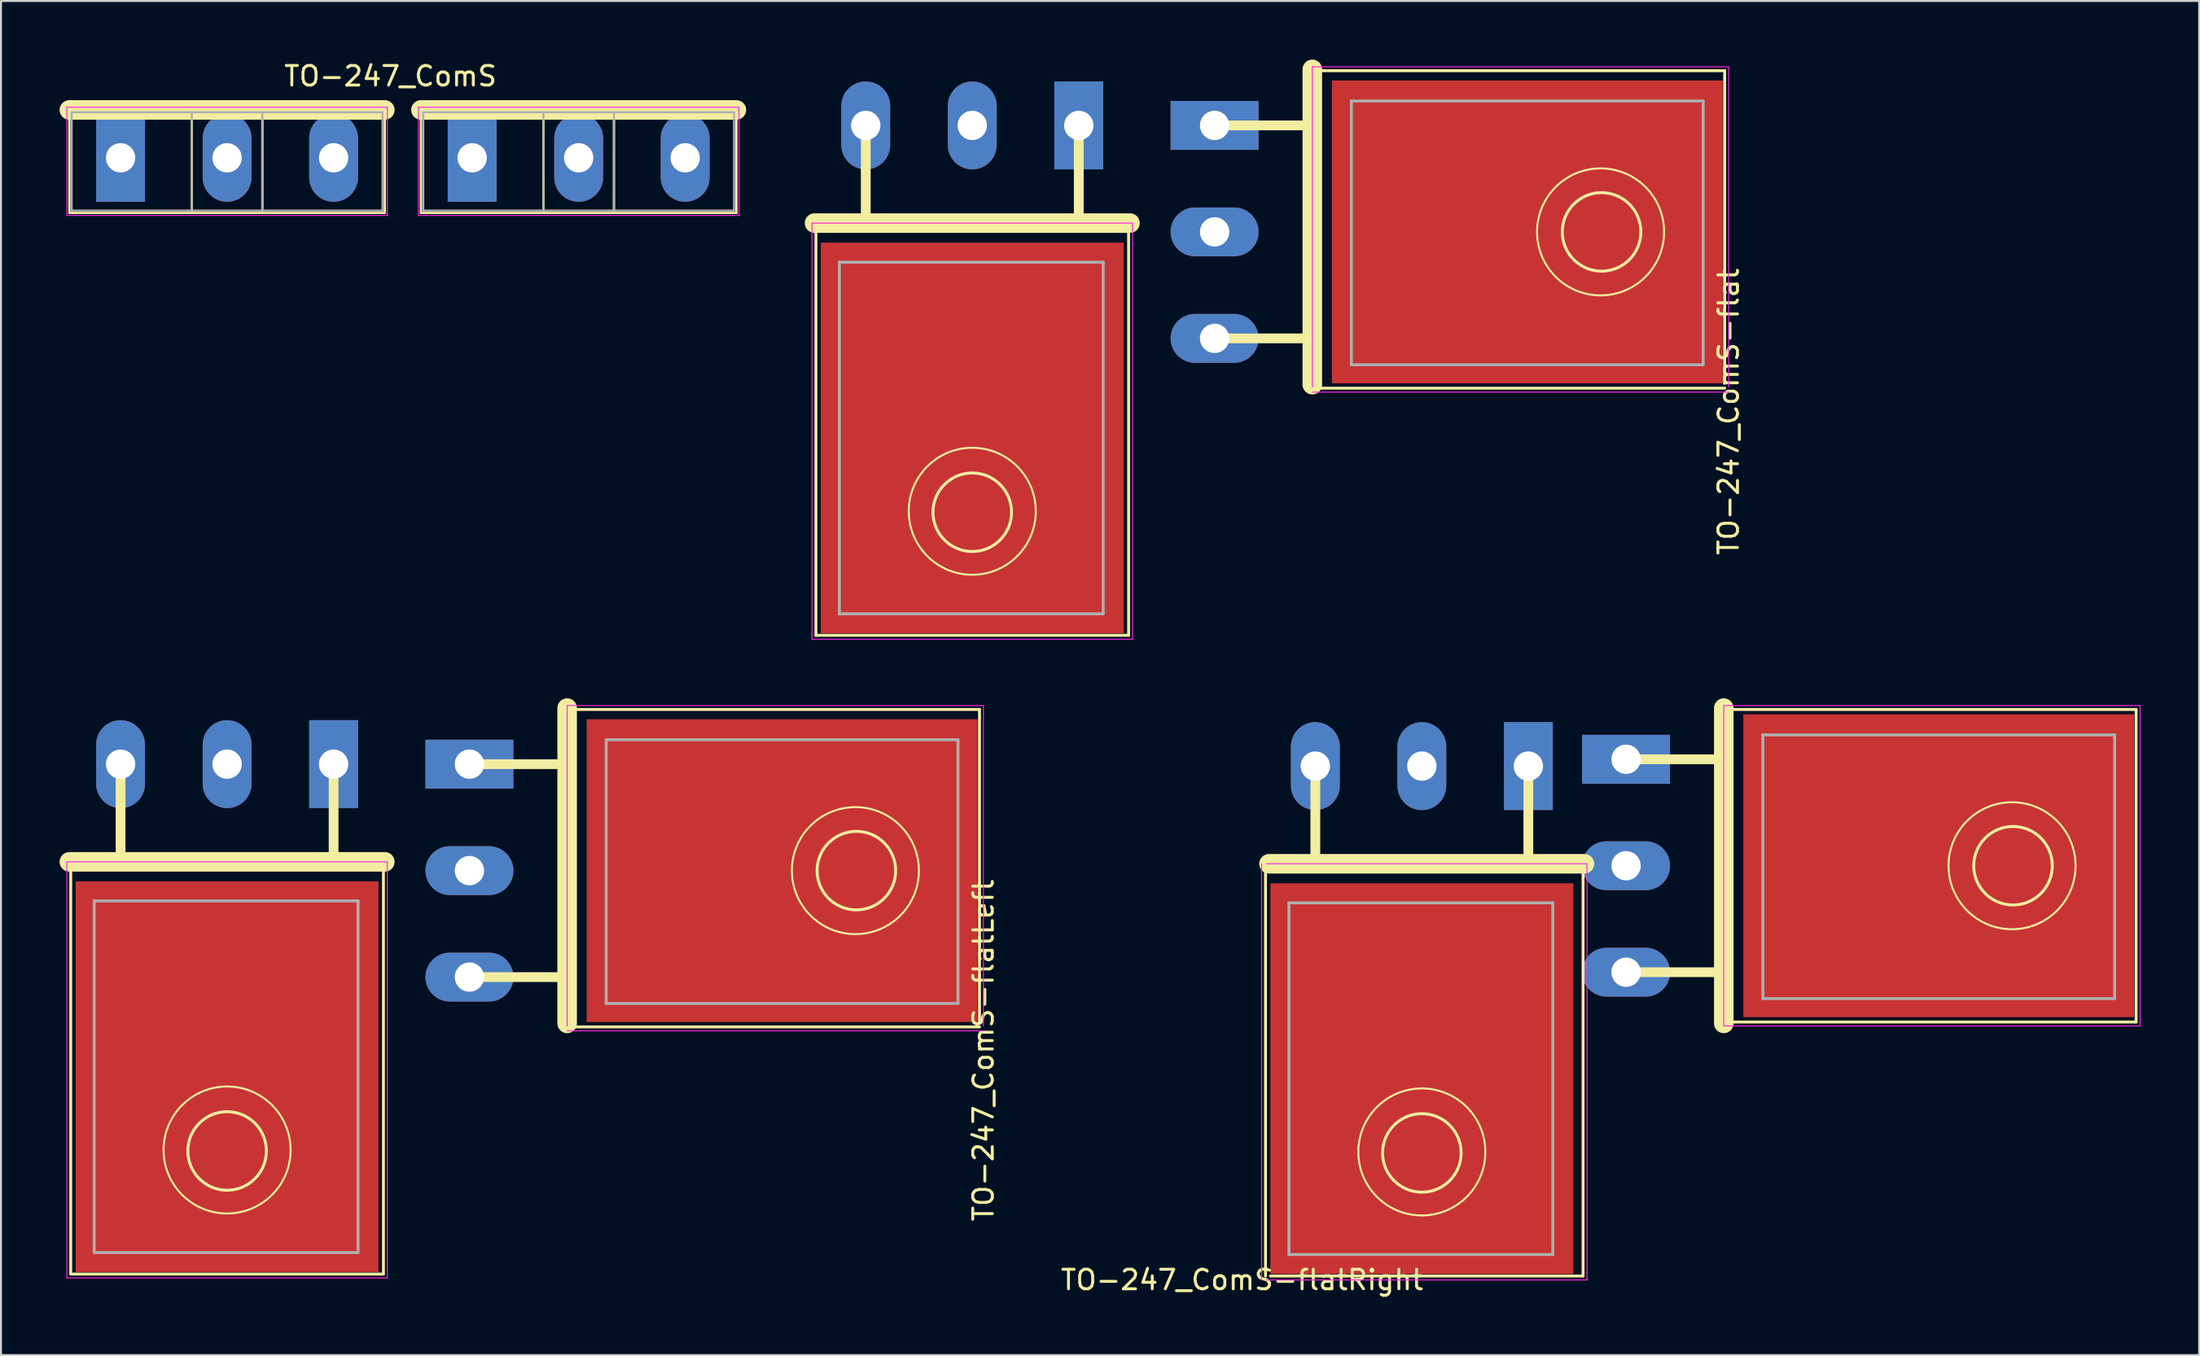
<source format=kicad_pcb>
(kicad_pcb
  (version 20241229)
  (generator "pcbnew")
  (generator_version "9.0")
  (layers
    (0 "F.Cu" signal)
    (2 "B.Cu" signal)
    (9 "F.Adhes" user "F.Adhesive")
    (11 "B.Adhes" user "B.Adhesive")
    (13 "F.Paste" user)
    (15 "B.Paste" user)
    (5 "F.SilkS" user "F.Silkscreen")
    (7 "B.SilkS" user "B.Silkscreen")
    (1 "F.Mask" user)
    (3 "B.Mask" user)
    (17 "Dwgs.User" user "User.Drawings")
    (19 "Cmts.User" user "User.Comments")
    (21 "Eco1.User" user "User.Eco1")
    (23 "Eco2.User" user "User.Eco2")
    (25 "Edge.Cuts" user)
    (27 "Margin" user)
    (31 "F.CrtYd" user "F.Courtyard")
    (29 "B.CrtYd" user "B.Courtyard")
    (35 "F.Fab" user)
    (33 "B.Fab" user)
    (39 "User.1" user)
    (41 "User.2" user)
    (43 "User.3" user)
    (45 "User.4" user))
  (footprint "TO-247_ComS-flatLeft"
    (layer "F.Cu")
    (at 8.57 36.065)
    (property "Reference" "TO-247_ComS-flatLeft" (at 38.7 14.65 90) (layer "F.SilkS") (effects (font (size 1 1) (thickness 0.15))))
    (attr through_hole)
    (fp_line (start -8 5) (end -8 26.1) (stroke (width 0.15) (type solid)) (layer "F.SilkS"))
    (fp_line (start -5.45 0) (end -5.45 5) (stroke (width 0.5) (type solid)) (layer "F.SilkS"))
    (fp_line (start 5.45 0) (end 5.45 5) (stroke (width 0.5) (type solid)) (layer "F.SilkS"))
    (fp_line (start 8 5) (end 8 26.1) (stroke (width 0.15) (type solid)) (layer "F.SilkS"))
    (fp_line (start 8 26.1) (end -8 26.1) (stroke (width 0.15) (type solid)) (layer "F.SilkS"))
    (fp_line (start 8.07 5) (end -8.07 5) (stroke (width 1) (type solid)) (layer "F.SilkS"))
    (fp_line (start 12.4 0) (end 17.4 0) (stroke (width 0.5) (type solid)) (layer "F.SilkS"))
    (fp_line (start 12.4 10.9) (end 17.4 10.9) (stroke (width 0.5) (type solid)) (layer "F.SilkS"))
    (fp_line (start 17.4 -2.87) (end 17.4 13.27) (stroke (width 1) (type solid)) (layer "F.SilkS"))
    (fp_line (start 17.4 -2.8) (end 38.5 -2.8) (stroke (width 0.15) (type solid)) (layer "F.SilkS"))
    (fp_line (start 17.4 13.45) (end 38.5 13.45) (stroke (width 0.15) (type solid)) (layer "F.SilkS"))
    (fp_line (start 38.5 -2.8) (end 38.5 13.2) (stroke (width 0.15) (type solid)) (layer "F.SilkS"))
    (fp_circle (center 0 19.75) (end 3 21) (stroke (width 0.1) (type solid)) (fill no) (layer "F.SilkS"))
    (fp_circle (center 0 19.8) (end 2 20) (stroke (width 0.15) (type solid)) (fill no) (layer "F.SilkS"))
    (fp_circle (center 32.15 5.45) (end 33.4 2.45) (stroke (width 0.1) (type solid)) (fill no) (layer "F.SilkS"))
    (fp_circle (center 32.2 5.45) (end 32.4 3.45) (stroke (width 0.15) (type solid)) (fill no) (layer "F.SilkS"))
    (fp_line (start -8.2 5) (end 8.2 5) (stroke (width 0.05) (type solid)) (layer "F.CrtYd"))
    (fp_line (start -8.2 26.3) (end -8.2 5) (stroke (width 0.05) (type solid)) (layer "F.CrtYd"))
    (fp_line (start 8.2 5) (end 8.2 26.3) (stroke (width 0.05) (type solid)) (layer "F.CrtYd"))
    (fp_line (start 8.2 26.3) (end -8.2 26.3) (stroke (width 0.05) (type solid)) (layer "F.CrtYd"))
    (fp_line (start 17.4 -3) (end 38.7 -3) (stroke (width 0.05) (type solid)) (layer "F.CrtYd"))
    (fp_line (start 17.4 13.4) (end 17.4 -3) (stroke (width 0.05) (type solid)) (layer "F.CrtYd"))
    (fp_line (start 38.7 -3) (end 38.7 13.4) (stroke (width 0.05) (type solid)) (layer "F.CrtYd"))
    (fp_line (start 38.7 13.65) (end 17.4 13.65) (stroke (width 0.05) (type solid)) (layer "F.CrtYd"))
    (fp_line (start -6.8 7) (end -6.8 25) (stroke (width 0.15) (type solid)) (layer "F.Fab"))
    (fp_line (start -6.8 25) (end 6.7 25) (stroke (width 0.15) (type solid)) (layer "F.Fab"))
    (fp_line (start 6.7 7) (end -6.8 7) (stroke (width 0.15) (type solid)) (layer "F.Fab"))
    (fp_line (start 6.7 25) (end 6.7 7) (stroke (width 0.15) (type solid)) (layer "F.Fab"))
    (fp_line (start 19.4 -1.25) (end 19.4 12.25) (stroke (width 0.15) (type solid)) (layer "F.Fab"))
    (fp_line (start 19.4 12.25) (end 37.4 12.25) (stroke (width 0.15) (type solid)) (layer "F.Fab"))
    (fp_line (start 37.4 -1.25) (end 19.4 -1.25) (stroke (width 0.15) (type solid)) (layer "F.Fab"))
    (fp_line (start 37.4 12.25) (end 37.4 -1.25) (stroke (width 0.15) (type solid)) (layer "F.Fab"))
    (pad "2" thru_hole oval (at 12.4 5.45 90) (size 2.5 4.5) (drill 1.5) (layers "*.Cu" "*.Mask"))
    (pad "D1" thru_hole oval (at 0 0) (size 2.5 4.5) (drill 1.5) (layers "*.Cu" "*.Mask"))
    (pad "D1" smd rect (at 0 16) (size 15.5 20) (layers "F.Cu" "F.Mask" "F.Paste"))
    (pad "D2" smd rect (at 28.4 5.45 90) (size 15.5 20) (layers "F.Cu" "F.Mask" "F.Paste"))
    (pad "G" thru_hole rect (at 5.45 0) (size 2.5 4.5) (drill 1.5) (layers "*.Cu" "*.Mask"))
    (pad "G" thru_hole rect (at 12.4 0 90) (size 2.5 4.5) (drill 1.5) (layers "*.Cu" "*.Mask"))
    (pad "S" thru_hole oval (at -5.45 0) (size 2.5 4.5) (drill 1.5) (layers "*.Cu" "*.Mask"))
    (pad "S" thru_hole oval (at 12.4 10.9 90) (size 2.5 4.5) (drill 1.5) (layers "*.Cu" "*.Mask")))
  (footprint "TO-247_ComS-flat"
    (layer "F.Cu")
    (at 46.7 3.37)
    (property "Reference" "TO-247_ComS-flat" (at 38.7 14.65 90) (layer "F.SilkS") (effects (font (size 1 1) (thickness 0.15))))
    (attr through_hole)
    (fp_line (start -8 5) (end -8 26.1) (stroke (width 0.15) (type solid)) (layer "F.SilkS"))
    (fp_line (start -5.45 0) (end -5.45 5) (stroke (width 0.5) (type solid)) (layer "F.SilkS"))
    (fp_line (start 5.45 0) (end 5.45 5) (stroke (width 0.5) (type solid)) (layer "F.SilkS"))
    (fp_line (start 8 5) (end 8 26.1) (stroke (width 0.15) (type solid)) (layer "F.SilkS"))
    (fp_line (start 8 26.1) (end -8 26.1) (stroke (width 0.15) (type solid)) (layer "F.SilkS"))
    (fp_line (start 8.07 5) (end -8.07 5) (stroke (width 1) (type solid)) (layer "F.SilkS"))
    (fp_line (start 12.4 0) (end 17.4 0) (stroke (width 0.5) (type solid)) (layer "F.SilkS"))
    (fp_line (start 12.4 10.9) (end 17.4 10.9) (stroke (width 0.5) (type solid)) (layer "F.SilkS"))
    (fp_line (start 17.4 -2.87) (end 17.4 13.27) (stroke (width 1) (type solid)) (layer "F.SilkS"))
    (fp_line (start 17.4 -2.8) (end 38.5 -2.8) (stroke (width 0.15) (type solid)) (layer "F.SilkS"))
    (fp_line (start 17.4 13.45) (end 38.5 13.45) (stroke (width 0.15) (type solid)) (layer "F.SilkS"))
    (fp_line (start 38.5 -2.8) (end 38.5 13.2) (stroke (width 0.15) (type solid)) (layer "F.SilkS"))
    (fp_circle (center 0 19.75) (end 3 21) (stroke (width 0.1) (type solid)) (fill no) (layer "F.SilkS"))
    (fp_circle (center 0 19.8) (end 2 20) (stroke (width 0.15) (type solid)) (fill no) (layer "F.SilkS"))
    (fp_circle (center 32.15 5.45) (end 33.4 2.45) (stroke (width 0.1) (type solid)) (fill no) (layer "F.SilkS"))
    (fp_circle (center 32.2 5.45) (end 32.4 3.45) (stroke (width 0.15) (type solid)) (fill no) (layer "F.SilkS"))
    (fp_line (start -8.2 5) (end 8.2 5) (stroke (width 0.05) (type solid)) (layer "F.CrtYd"))
    (fp_line (start -8.2 26.3) (end -8.2 5) (stroke (width 0.05) (type solid)) (layer "F.CrtYd"))
    (fp_line (start 8.2 5) (end 8.2 26.3) (stroke (width 0.05) (type solid)) (layer "F.CrtYd"))
    (fp_line (start 8.2 26.3) (end -8.2 26.3) (stroke (width 0.05) (type solid)) (layer "F.CrtYd"))
    (fp_line (start 17.4 -3) (end 38.7 -3) (stroke (width 0.05) (type solid)) (layer "F.CrtYd"))
    (fp_line (start 17.4 13.4) (end 17.4 -3) (stroke (width 0.05) (type solid)) (layer "F.CrtYd"))
    (fp_line (start 38.7 -3) (end 38.7 13.4) (stroke (width 0.05) (type solid)) (layer "F.CrtYd"))
    (fp_line (start 38.7 13.65) (end 17.4 13.65) (stroke (width 0.05) (type solid)) (layer "F.CrtYd"))
    (fp_line (start -6.8 7) (end -6.8 25) (stroke (width 0.15) (type solid)) (layer "F.Fab"))
    (fp_line (start -6.8 25) (end 6.7 25) (stroke (width 0.15) (type solid)) (layer "F.Fab"))
    (fp_line (start 6.7 7) (end -6.8 7) (stroke (width 0.15) (type solid)) (layer "F.Fab"))
    (fp_line (start 6.7 25) (end 6.7 7) (stroke (width 0.15) (type solid)) (layer "F.Fab"))
    (fp_line (start 19.4 -1.25) (end 19.4 12.25) (stroke (width 0.15) (type solid)) (layer "F.Fab"))
    (fp_line (start 19.4 12.25) (end 37.4 12.25) (stroke (width 0.15) (type solid)) (layer "F.Fab"))
    (fp_line (start 37.4 -1.25) (end 19.4 -1.25) (stroke (width 0.15) (type solid)) (layer "F.Fab"))
    (fp_line (start 37.4 12.25) (end 37.4 -1.25) (stroke (width 0.15) (type solid)) (layer "F.Fab"))
    (pad "D" thru_hole oval (at 0 0) (size 2.5 4.5) (drill 1.5) (layers "*.Cu" "*.Mask"))
    (pad "D" smd rect (at 0 16) (size 15.5 20) (layers "F.Cu" "F.Mask" "F.Paste"))
    (pad "D" thru_hole oval (at 12.4 5.45 90) (size 2.5 4.5) (drill 1.5) (layers "*.Cu" "*.Mask"))
    (pad "D" smd rect (at 28.4 5.45 90) (size 15.5 20) (layers "F.Cu" "F.Mask" "F.Paste"))
    (pad "G" thru_hole rect (at 5.45 0) (size 2.5 4.5) (drill 1.5) (layers "*.Cu" "*.Mask"))
    (pad "G" thru_hole rect (at 12.4 0 90) (size 2.5 4.5) (drill 1.5) (layers "*.Cu" "*.Mask"))
    (pad "S" thru_hole oval (at -5.45 0) (size 2.5 4.5) (drill 1.5) (layers "*.Cu" "*.Mask"))
    (pad "S" thru_hole oval (at 12.4 10.9 90) (size 2.5 4.5) (drill 1.5) (layers "*.Cu" "*.Mask")))
  (footprint "TO-247_ComS-flatRight"
    (layer "F.Cu")
    (at 80.155 41.265)
    (property "Reference" "TO-247_ComS-flatRight" (at -19.65 21.2 0) (layer "F.SilkS") (effects (font (size 1 1) (thickness 0.15))))
    (attr through_hole)
    (fp_line (start -18.45 -0.1) (end -18.45 21) (stroke (width 0.15) (type solid)) (layer "F.SilkS"))
    (fp_line (start -15.9 -5.1) (end -15.9 -0.1) (stroke (width 0.5) (type solid)) (layer "F.SilkS"))
    (fp_line (start -5 -5.1) (end -5 -0.1) (stroke (width 0.5) (type solid)) (layer "F.SilkS"))
    (fp_line (start -2.2 -0.1) (end -2.2 21) (stroke (width 0.15) (type solid)) (layer "F.SilkS"))
    (fp_line (start -2.2 21) (end -18.2 21) (stroke (width 0.15) (type solid)) (layer "F.SilkS"))
    (fp_line (start -2.13 -0.1) (end -18.27 -0.1) (stroke (width 1) (type solid)) (layer "F.SilkS"))
    (fp_line (start 0 -5.45) (end 5 -5.45) (stroke (width 0.5) (type solid)) (layer "F.SilkS"))
    (fp_line (start 0 5.45) (end 5 5.45) (stroke (width 0.5) (type solid)) (layer "F.SilkS"))
    (fp_line (start 5 -8.07) (end 5 8.07) (stroke (width 1) (type solid)) (layer "F.SilkS"))
    (fp_line (start 5 -8) (end 26.1 -8) (stroke (width 0.15) (type solid)) (layer "F.SilkS"))
    (fp_line (start 5 8) (end 26.1 8) (stroke (width 0.15) (type solid)) (layer "F.SilkS"))
    (fp_line (start 26.1 -8) (end 26.1 8) (stroke (width 0.15) (type solid)) (layer "F.SilkS"))
    (fp_circle (center -10.45 14.65) (end -7.45 15.9) (stroke (width 0.1) (type solid)) (fill no) (layer "F.SilkS"))
    (fp_circle (center -10.45 14.7) (end -8.45 14.9) (stroke (width 0.15) (type solid)) (fill no) (layer "F.SilkS"))
    (fp_circle (center 19.75 0) (end 21 -3) (stroke (width 0.1) (type solid)) (fill no) (layer "F.SilkS"))
    (fp_circle (center 19.8 0) (end 20 -2) (stroke (width 0.15) (type solid)) (fill no) (layer "F.SilkS"))
    (fp_line (start -18.65 21.2) (end -18.65 -0.1) (stroke (width 0.05) (type solid)) (layer "F.CrtYd"))
    (fp_line (start -18.4 -0.1) (end -2 -0.1) (stroke (width 0.05) (type solid)) (layer "F.CrtYd"))
    (fp_line (start -2 -0.1) (end -2 21.2) (stroke (width 0.05) (type solid)) (layer "F.CrtYd"))
    (fp_line (start -2 21.2) (end -18.4 21.2) (stroke (width 0.05) (type solid)) (layer "F.CrtYd"))
    (fp_line (start 5 -8.2) (end 26.3 -8.2) (stroke (width 0.05) (type solid)) (layer "F.CrtYd"))
    (fp_line (start 5 8.2) (end 5 -8.2) (stroke (width 0.05) (type solid)) (layer "F.CrtYd"))
    (fp_line (start 26.3 -8.2) (end 26.3 8.2) (stroke (width 0.05) (type solid)) (layer "F.CrtYd"))
    (fp_line (start 26.3 8.2) (end 5 8.2) (stroke (width 0.05) (type solid)) (layer "F.CrtYd"))
    (fp_line (start -17.25 1.9) (end -17.25 19.9) (stroke (width 0.15) (type solid)) (layer "F.Fab"))
    (fp_line (start -17.25 19.9) (end -3.75 19.9) (stroke (width 0.15) (type solid)) (layer "F.Fab"))
    (fp_line (start -3.75 1.9) (end -17.25 1.9) (stroke (width 0.15) (type solid)) (layer "F.Fab"))
    (fp_line (start -3.75 19.9) (end -3.75 1.9) (stroke (width 0.15) (type solid)) (layer "F.Fab"))
    (fp_line (start 7 -6.7) (end 7 6.8) (stroke (width 0.15) (type solid)) (layer "F.Fab"))
    (fp_line (start 7 6.8) (end 25 6.8) (stroke (width 0.15) (type solid)) (layer "F.Fab"))
    (fp_line (start 25 -6.7) (end 7 -6.7) (stroke (width 0.15) (type solid)) (layer "F.Fab"))
    (fp_line (start 25 6.8) (end 25 -6.7) (stroke (width 0.15) (type solid)) (layer "F.Fab"))
    (pad "2" thru_hole oval (at -10.45 -5.1) (size 2.5 4.5) (drill 1.5) (layers "*.Cu" "*.Mask"))
    (pad "D1" thru_hole oval (at 0 0 90) (size 2.5 4.5) (drill 1.5) (layers "*.Cu" "*.Mask"))
    (pad "D1" smd rect (at 16 0 90) (size 15.5 20) (layers "F.Cu" "F.Mask" "F.Paste"))
    (pad "D2" smd rect (at -10.45 10.9) (size 15.5 20) (layers "F.Cu" "F.Mask" "F.Paste"))
    (pad "G" thru_hole rect (at -5 -5.1) (size 2.5 4.5) (drill 1.5) (layers "*.Cu" "*.Mask"))
    (pad "G" thru_hole rect (at 0 -5.45 90) (size 2.5 4.5) (drill 1.5) (layers "*.Cu" "*.Mask"))
    (pad "S" thru_hole oval (at -15.9 -5.1) (size 2.5 4.5) (drill 1.5) (layers "*.Cu" "*.Mask"))
    (pad "S" thru_hole oval (at 0 5.45 90) (size 2.5 4.5) (drill 1.5) (layers "*.Cu" "*.Mask")))
  (footprint "TO-247_ComS"
    (layer "F.Cu")
    (at 17.565 5.028)
    (property "Reference" "TO-247_ComS" (at -0.635 -4.18 0) (layer "F.SilkS") (effects (font (size 1 1) (thickness 0.15))))
    (attr through_hole)
    (fp_line (start -17.065 -2.451) (end -17.065 2.82) (stroke (width 0.12) (type solid)) (layer "F.SilkS"))
    (fp_line (start -17.065 -2.451) (end -0.925 -2.451) (stroke (width 1) (type solid)) (layer "F.SilkS"))
    (fp_line (start -17.065 2.82) (end -0.925 2.82) (stroke (width 0.12) (type solid)) (layer "F.SilkS"))
    (fp_line (start -10.799 -2.451) (end -10.799 2.82) (stroke (width 0.12) (type solid)) (layer "F.SilkS"))
    (fp_line (start -7.19 -2.451) (end -7.19 2.82) (stroke (width 0.12) (type solid)) (layer "F.SilkS"))
    (fp_line (start -0.925 -2.451) (end -0.925 2.82) (stroke (width 0.12) (type solid)) (layer "F.SilkS"))
    (fp_line (start 0.925 -2.451) (end 0.925 2.82) (stroke (width 0.12) (type solid)) (layer "F.SilkS"))
    (fp_line (start 0.925 -2.451) (end 17.065 -2.451) (stroke (width 1) (type solid)) (layer "F.SilkS"))
    (fp_line (start 0.925 2.82) (end 17.065 2.82) (stroke (width 0.12) (type solid)) (layer "F.SilkS"))
    (fp_line (start 7.191 -2.451) (end 7.191 2.82) (stroke (width 0.12) (type solid)) (layer "F.SilkS"))
    (fp_line (start 10.8 -2.451) (end 10.8 2.82) (stroke (width 0.12) (type solid)) (layer "F.SilkS"))
    (fp_line (start 17.065 -2.451) (end 17.065 2.82) (stroke (width 0.12) (type solid)) (layer "F.SilkS"))
    (fp_line (start -17.195 -2.59) (end -17.195 2.95) (stroke (width 0.05) (type solid)) (layer "F.CrtYd"))
    (fp_line (start -17.195 2.95) (end -0.795 2.95) (stroke (width 0.05) (type solid)) (layer "F.CrtYd"))
    (fp_line (start -0.795 -2.59) (end -17.195 -2.59) (stroke (width 0.05) (type solid)) (layer "F.CrtYd"))
    (fp_line (start -0.795 2.95) (end -0.795 -2.59) (stroke (width 0.05) (type solid)) (layer "F.CrtYd"))
    (fp_line (start 0.795 -2.59) (end 0.795 2.95) (stroke (width 0.05) (type solid)) (layer "F.CrtYd"))
    (fp_line (start 0.795 2.95) (end 17.195 2.95) (stroke (width 0.05) (type solid)) (layer "F.CrtYd"))
    (fp_line (start 17.195 -2.59) (end 0.795 -2.59) (stroke (width 0.05) (type solid)) (layer "F.CrtYd"))
    (fp_line (start 17.195 2.95) (end 17.195 -2.59) (stroke (width 0.05) (type solid)) (layer "F.CrtYd"))
    (fp_line (start -16.945 -2.33) (end -16.945 2.7) (stroke (width 0.1) (type solid)) (layer "F.Fab"))
    (fp_line (start -16.945 2.7) (end -1.045 2.7) (stroke (width 0.1) (type solid)) (layer "F.Fab"))
    (fp_line (start -10.8 -2.33) (end -10.8 2.7) (stroke (width 0.1) (type solid)) (layer "F.Fab"))
    (fp_line (start -7.19 -2.33) (end -7.19 2.7) (stroke (width 0.1) (type solid)) (layer "F.Fab"))
    (fp_line (start -1.045 -2.33) (end -16.945 -2.33) (stroke (width 0.1) (type solid)) (layer "F.Fab"))
    (fp_line (start -1.045 2.7) (end -1.045 -2.33) (stroke (width 0.1) (type solid)) (layer "F.Fab"))
    (fp_line (start 1.045 -2.33) (end 1.045 2.7) (stroke (width 0.1) (type solid)) (layer "F.Fab"))
    (fp_line (start 1.045 2.7) (end 16.945 2.7) (stroke (width 0.1) (type solid)) (layer "F.Fab"))
    (fp_line (start 7.19 -2.33) (end 7.19 2.7) (stroke (width 0.1) (type solid)) (layer "F.Fab"))
    (fp_line (start 10.8 -2.33) (end 10.8 2.7) (stroke (width 0.1) (type solid)) (layer "F.Fab"))
    (fp_line (start 16.945 -2.33) (end 1.045 -2.33) (stroke (width 0.1) (type solid)) (layer "F.Fab"))
    (fp_line (start 16.945 2.7) (end 16.945 -2.33) (stroke (width 0.1) (type solid)) (layer "F.Fab"))
    (pad "D1" thru_hole oval (at -8.995 0) (size 2.5 4.5) (drill 1.5) (layers "*.Cu" "*.Mask"))
    (pad "D2" thru_hole oval (at 8.995 0) (size 2.5 4.5) (drill 1.5) (layers "*.Cu" "*.Mask"))
    (pad "G" thru_hole rect (at -14.445 0) (size 2.5 4.5) (drill 1.5) (layers "*.Cu" "*.Mask"))
    (pad "G" thru_hole rect (at 3.545 0) (size 2.5 4.5) (drill 1.5) (layers "*.Cu" "*.Mask"))
    (pad "S" thru_hole oval (at -3.545 0) (size 2.5 4.5) (drill 1.5) (layers "*.Cu" "*.Mask"))
    (pad "S" thru_hole oval (at 14.445 0) (size 2.5 4.5) (drill 1.5) (layers "*.Cu" "*.Mask")))
  (gr_rect
    (start -3 -3)
    (end 109.48 66.313)
    (stroke (width 0.1) (type default))
    (fill no)
    (layer "Edge.Cuts")))
</source>
